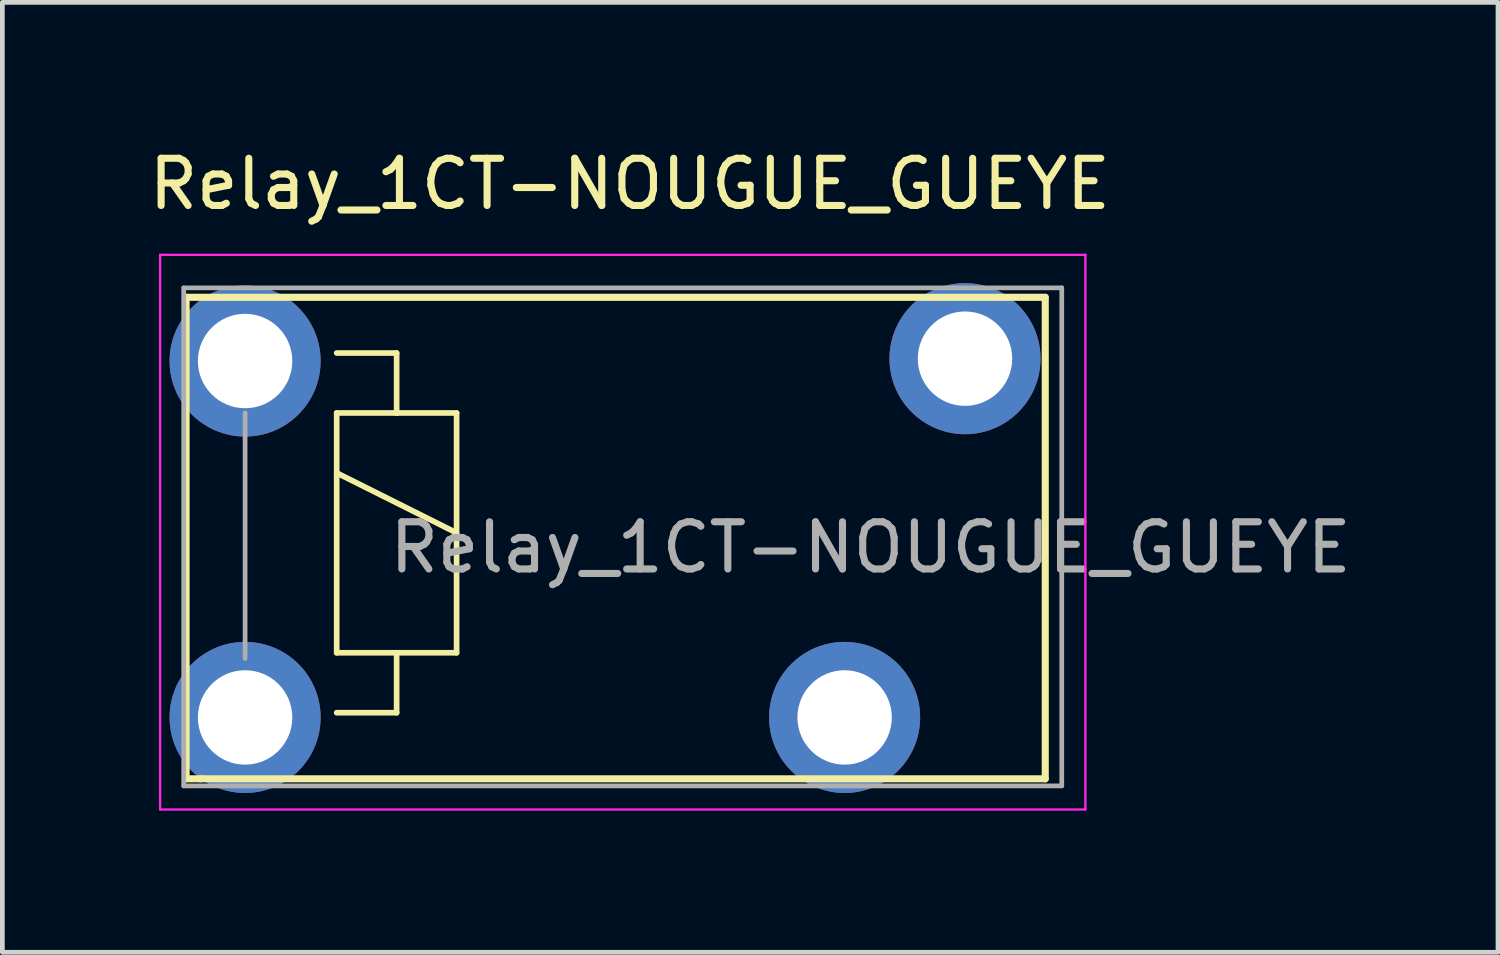
<source format=kicad_pcb>
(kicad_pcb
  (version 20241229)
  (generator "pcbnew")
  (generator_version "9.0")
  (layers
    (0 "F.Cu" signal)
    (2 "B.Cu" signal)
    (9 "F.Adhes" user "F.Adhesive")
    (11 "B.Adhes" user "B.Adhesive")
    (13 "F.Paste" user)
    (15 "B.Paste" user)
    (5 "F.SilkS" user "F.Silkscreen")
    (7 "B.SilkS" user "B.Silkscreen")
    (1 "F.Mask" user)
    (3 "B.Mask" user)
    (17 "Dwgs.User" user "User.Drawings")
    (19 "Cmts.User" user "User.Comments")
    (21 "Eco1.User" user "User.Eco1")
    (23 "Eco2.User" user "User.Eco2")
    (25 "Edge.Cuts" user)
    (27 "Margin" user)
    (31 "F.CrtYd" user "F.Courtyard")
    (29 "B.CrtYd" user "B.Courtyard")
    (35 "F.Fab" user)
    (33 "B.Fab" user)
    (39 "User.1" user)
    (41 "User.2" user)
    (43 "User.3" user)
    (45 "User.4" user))
  (footprint "Relay_1CT-NOUGUE_GUEYE"
    (layer "F.Cu")
    (at 4.392 12.348)
    (property "Reference" "Relay_1CT-NOUGUE_GUEYE" (at 5.9 -11.5 0) (layer "F.SilkS") (effects (font (size 1 1) (thickness 0.15))))
    (attr through_hole)
    (fp_line (start -3.5 -9.1) (end 14.7 -9.1) (stroke (width 0.15) (type solid)) (layer "F.SilkS"))
    (fp_line (start -3.5 1.1) (end -3.5 -9.1) (stroke (width 0.15) (type solid)) (layer "F.SilkS"))
    (fp_line (start -3.2 1.1) (end -3.5 1.1) (stroke (width 0.15) (type solid)) (layer "F.SilkS"))
    (fp_line (start -0.31 -7.92) (end 0.96 -7.92) (stroke (width 0.12) (type solid)) (layer "F.SilkS"))
    (fp_line (start -0.31 -6.65) (end 0.96 -6.65) (stroke (width 0.12) (type solid)) (layer "F.SilkS"))
    (fp_line (start -0.31 -5.38) (end 2.23 -4.11) (stroke (width 0.12) (type solid)) (layer "F.SilkS"))
    (fp_line (start -0.31 -1.57) (end -0.31 -6.65) (stroke (width 0.12) (type solid)) (layer "F.SilkS"))
    (fp_line (start 0.96 -7.92) (end 0.96 -6.65) (stroke (width 0.12) (type solid)) (layer "F.SilkS"))
    (fp_line (start 0.96 -6.65) (end 2.23 -6.65) (stroke (width 0.12) (type solid)) (layer "F.SilkS"))
    (fp_line (start 0.96 -1.57) (end 0.96 -0.3) (stroke (width 0.12) (type solid)) (layer "F.SilkS"))
    (fp_line (start 0.96 -0.3) (end -0.31 -0.3) (stroke (width 0.12) (type solid)) (layer "F.SilkS"))
    (fp_line (start 2.23 -6.65) (end 2.23 -1.57) (stroke (width 0.12) (type solid)) (layer "F.SilkS"))
    (fp_line (start 2.23 -1.57) (end -0.31 -1.57) (stroke (width 0.12) (type solid)) (layer "F.SilkS"))
    (fp_line (start 14.7 -9.1) (end 14.7 1.1) (stroke (width 0.15) (type solid)) (layer "F.SilkS"))
    (fp_line (start 14.7 1.1) (end -3.2 1.1) (stroke (width 0.15) (type solid)) (layer "F.SilkS"))
    (fp_line (start -4.05 -10) (end -4.05 1.75) (stroke (width 0.05) (type solid)) (layer "F.CrtYd"))
    (fp_line (start -4.05 1.75) (end 15.55 1.75) (stroke (width 0.05) (type solid)) (layer "F.CrtYd"))
    (fp_line (start 15.55 -10) (end -4.05 -10) (stroke (width 0.05) (type solid)) (layer "F.CrtYd"))
    (fp_line (start 15.55 1.75) (end 15.55 -10) (stroke (width 0.05) (type solid)) (layer "F.CrtYd"))
    (fp_line (start -3.55 -9.3) (end 15.05 -9.3) (stroke (width 0.1) (type solid)) (layer "F.Fab"))
    (fp_line (start -3.55 1.25) (end -3.55 -9.3) (stroke (width 0.1) (type solid)) (layer "F.Fab"))
    (fp_line (start -2.25 -6.65) (end -2.25 -1.45) (stroke (width 0.1) (type solid)) (layer "F.Fab"))
    (fp_line (start 15.05 -9.3) (end 15.05 1.25) (stroke (width 0.1) (type solid)) (layer "F.Fab"))
    (fp_line (start 15.05 1.25) (end -3.55 1.25) (stroke (width 0.1) (type solid)) (layer "F.Fab"))
    (fp_text user "${REFERENCE}" (at 11 -3.8 0) (layer "F.Fab") (effects (font (size 1 1) (thickness 0.15))))
    (pad "b1" thru_hole circle (at -2.25 -7.75) (size 3.2 3.2) (drill 2) (layers "*.Cu" "*.Mask"))
    (pad "b2" thru_hole circle (at -2.25 -0.2) (size 3.2 3.2) (drill 2) (layers "*.Cu" "*.Mask"))
    (pad "c1" thru_hole circle (at 13 -7.8) (size 3.2 3.2) (drill 2) (layers "*.Cu" "*.Mask"))
    (pad "c2" thru_hole circle (at 10.45 -0.2) (size 3.2 3.2) (drill 2) (layers "*.Cu" "*.Mask")))
  (gr_rect
    (start -3 -3)
    (end 28.683 17.123)
    (stroke (width 0.1) (type default))
    (fill no)
    (layer "Edge.Cuts")))
</source>
